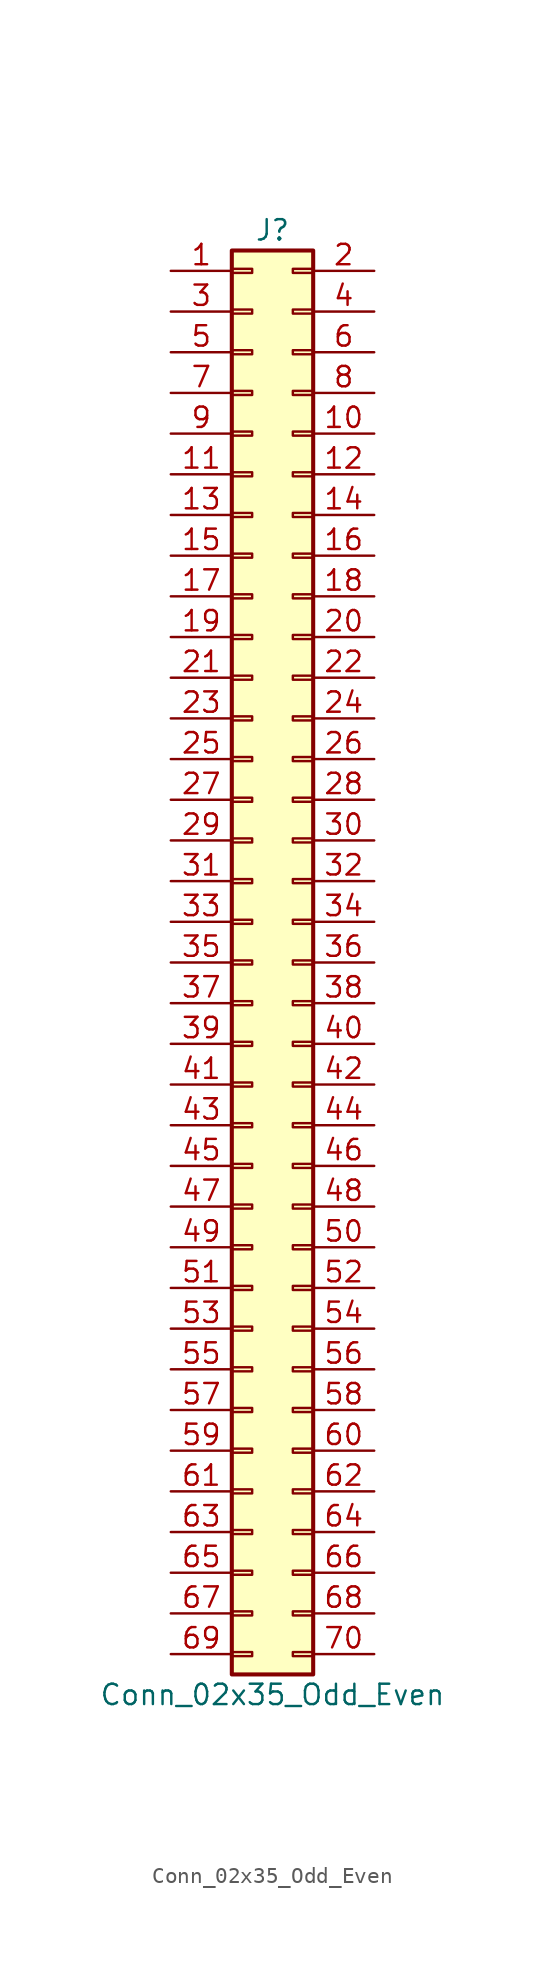
<source format=kicad_sym>
(kicad_symbol_lib
  (version 20220914)
  (generator kicad_symbol_editor)
  (symbol "Conn_02x35_Odd_Even"
    (pin_names
      (offset 1.016) hide)
    (property "Reference" "J"
      (at 1.27 45.72 0)
      (effects (font (size 1.27 1.27))))
    (property "Value" "Conn_02x35_Odd_Even"
      (at 1.27 -45.72 0)
      (effects (font (size 1.27 1.27))))
    (symbol "Conn_02x35_Odd_Even_1_1"
      (rectangle (start -1.27 -43.053) (end 0 -43.307) (stroke (width 0.152) (type solid)) (fill (type none)))
      (rectangle (start -1.27 -40.513) (end 0 -40.767) (stroke (width 0.152) (type solid)) (fill (type none)))
      (rectangle (start -1.27 -37.973) (end 0 -38.227) (stroke (width 0.152) (type solid)) (fill (type none)))
      (rectangle (start -1.27 -35.433) (end 0 -35.687) (stroke (width 0.152) (type solid)) (fill (type none)))
      (rectangle (start -1.27 -32.893) (end 0 -33.147) (stroke (width 0.152) (type solid)) (fill (type none)))
      (rectangle (start -1.27 -30.353) (end 0 -30.607) (stroke (width 0.152) (type solid)) (fill (type none)))
      (rectangle (start -1.27 -27.813) (end 0 -28.067) (stroke (width 0.152) (type solid)) (fill (type none)))
      (rectangle (start -1.27 -25.273) (end 0 -25.527) (stroke (width 0.152) (type solid)) (fill (type none)))
      (rectangle (start -1.27 -22.733) (end 0 -22.987) (stroke (width 0.152) (type solid)) (fill (type none)))
      (rectangle (start -1.27 -20.193) (end 0 -20.447) (stroke (width 0.152) (type solid)) (fill (type none)))
      (rectangle (start -1.27 -17.653) (end 0 -17.907) (stroke (width 0.152) (type solid)) (fill (type none)))
      (rectangle (start -1.27 -15.113) (end 0 -15.367) (stroke (width 0.152) (type solid)) (fill (type none)))
      (rectangle (start -1.27 -12.573) (end 0 -12.827) (stroke (width 0.152) (type solid)) (fill (type none)))
      (rectangle (start -1.27 -10.033) (end 0 -10.287) (stroke (width 0.152) (type solid)) (fill (type none)))
      (rectangle (start -1.27 -7.493) (end 0 -7.747) (stroke (width 0.152) (type solid)) (fill (type none)))
      (rectangle (start -1.27 -4.953) (end 0 -5.207) (stroke (width 0.152) (type solid)) (fill (type none)))
      (rectangle (start -1.27 -2.413) (end 0 -2.667) (stroke (width 0.152) (type solid)) (fill (type none)))
      (rectangle (start -1.27 0.127) (end 0 -0.127) (stroke (width 0.152) (type solid)) (fill (type none)))
      (rectangle (start -1.27 2.667) (end 0 2.413) (stroke (width 0.152) (type solid)) (fill (type none)))
      (rectangle (start -1.27 5.207) (end 0 4.953) (stroke (width 0.152) (type solid)) (fill (type none)))
      (rectangle (start -1.27 7.747) (end 0 7.493) (stroke (width 0.152) (type solid)) (fill (type none)))
      (rectangle (start -1.27 10.287) (end 0 10.033) (stroke (width 0.152) (type solid)) (fill (type none)))
      (rectangle (start -1.27 12.827) (end 0 12.573) (stroke (width 0.152) (type solid)) (fill (type none)))
      (rectangle (start -1.27 15.367) (end 0 15.113) (stroke (width 0.152) (type solid)) (fill (type none)))
      (rectangle (start -1.27 17.907) (end 0 17.653) (stroke (width 0.152) (type solid)) (fill (type none)))
      (rectangle (start -1.27 20.447) (end 0 20.193) (stroke (width 0.152) (type solid)) (fill (type none)))
      (rectangle (start -1.27 22.987) (end 0 22.733) (stroke (width 0.152) (type solid)) (fill (type none)))
      (rectangle (start -1.27 25.527) (end 0 25.273) (stroke (width 0.152) (type solid)) (fill (type none)))
      (rectangle (start -1.27 28.067) (end 0 27.813) (stroke (width 0.152) (type solid)) (fill (type none)))
      (rectangle (start -1.27 30.607) (end 0 30.353) (stroke (width 0.152) (type solid)) (fill (type none)))
      (rectangle (start -1.27 33.147) (end 0 32.893) (stroke (width 0.152) (type solid)) (fill (type none)))
      (rectangle (start -1.27 35.687) (end 0 35.433) (stroke (width 0.152) (type solid)) (fill (type none)))
      (rectangle (start -1.27 38.227) (end 0 37.973) (stroke (width 0.152) (type solid)) (fill (type none)))
      (rectangle (start -1.27 40.767) (end 0 40.513) (stroke (width 0.152) (type solid)) (fill (type none)))
      (rectangle (start -1.27 43.307) (end 0 43.053) (stroke (width 0.152) (type solid)) (fill (type none)))
      (rectangle (start -1.27 44.45) (end 3.81 -44.45) (stroke (width 0.254) (type solid)) (fill (type background)))
      (rectangle (start 3.81 -43.053) (end 2.54 -43.307) (stroke (width 0.152) (type solid)) (fill (type none)))
      (rectangle (start 3.81 -40.513) (end 2.54 -40.767) (stroke (width 0.152) (type solid)) (fill (type none)))
      (rectangle (start 3.81 -37.973) (end 2.54 -38.227) (stroke (width 0.152) (type solid)) (fill (type none)))
      (rectangle (start 3.81 -35.433) (end 2.54 -35.687) (stroke (width 0.152) (type solid)) (fill (type none)))
      (rectangle (start 3.81 -32.893) (end 2.54 -33.147) (stroke (width 0.152) (type solid)) (fill (type none)))
      (rectangle (start 3.81 -30.353) (end 2.54 -30.607) (stroke (width 0.152) (type solid)) (fill (type none)))
      (rectangle (start 3.81 -27.813) (end 2.54 -28.067) (stroke (width 0.152) (type solid)) (fill (type none)))
      (rectangle (start 3.81 -25.273) (end 2.54 -25.527) (stroke (width 0.152) (type solid)) (fill (type none)))
      (rectangle (start 3.81 -22.733) (end 2.54 -22.987) (stroke (width 0.152) (type solid)) (fill (type none)))
      (rectangle (start 3.81 -20.193) (end 2.54 -20.447) (stroke (width 0.152) (type solid)) (fill (type none)))
      (rectangle (start 3.81 -17.653) (end 2.54 -17.907) (stroke (width 0.152) (type solid)) (fill (type none)))
      (rectangle (start 3.81 -15.113) (end 2.54 -15.367) (stroke (width 0.152) (type solid)) (fill (type none)))
      (rectangle (start 3.81 -12.573) (end 2.54 -12.827) (stroke (width 0.152) (type solid)) (fill (type none)))
      (rectangle (start 3.81 -10.033) (end 2.54 -10.287) (stroke (width 0.152) (type solid)) (fill (type none)))
      (rectangle (start 3.81 -7.493) (end 2.54 -7.747) (stroke (width 0.152) (type solid)) (fill (type none)))
      (rectangle (start 3.81 -4.953) (end 2.54 -5.207) (stroke (width 0.152) (type solid)) (fill (type none)))
      (rectangle (start 3.81 -2.413) (end 2.54 -2.667) (stroke (width 0.152) (type solid)) (fill (type none)))
      (rectangle (start 3.81 0.127) (end 2.54 -0.127) (stroke (width 0.152) (type solid)) (fill (type none)))
      (rectangle (start 3.81 2.667) (end 2.54 2.413) (stroke (width 0.152) (type solid)) (fill (type none)))
      (rectangle (start 3.81 5.207) (end 2.54 4.953) (stroke (width 0.152) (type solid)) (fill (type none)))
      (rectangle (start 3.81 7.747) (end 2.54 7.493) (stroke (width 0.152) (type solid)) (fill (type none)))
      (rectangle (start 3.81 10.287) (end 2.54 10.033) (stroke (width 0.152) (type solid)) (fill (type none)))
      (rectangle (start 3.81 12.827) (end 2.54 12.573) (stroke (width 0.152) (type solid)) (fill (type none)))
      (rectangle (start 3.81 15.367) (end 2.54 15.113) (stroke (width 0.152) (type solid)) (fill (type none)))
      (rectangle (start 3.81 17.907) (end 2.54 17.653) (stroke (width 0.152) (type solid)) (fill (type none)))
      (rectangle (start 3.81 20.447) (end 2.54 20.193) (stroke (width 0.152) (type solid)) (fill (type none)))
      (rectangle (start 3.81 22.987) (end 2.54 22.733) (stroke (width 0.152) (type solid)) (fill (type none)))
      (rectangle (start 3.81 25.527) (end 2.54 25.273) (stroke (width 0.152) (type solid)) (fill (type none)))
      (rectangle (start 3.81 28.067) (end 2.54 27.813) (stroke (width 0.152) (type solid)) (fill (type none)))
      (rectangle (start 3.81 30.607) (end 2.54 30.353) (stroke (width 0.152) (type solid)) (fill (type none)))
      (rectangle (start 3.81 33.147) (end 2.54 32.893) (stroke (width 0.152) (type solid)) (fill (type none)))
      (rectangle (start 3.81 35.687) (end 2.54 35.433) (stroke (width 0.152) (type solid)) (fill (type none)))
      (rectangle (start 3.81 38.227) (end 2.54 37.973) (stroke (width 0.152) (type solid)) (fill (type none)))
      (rectangle (start 3.81 40.767) (end 2.54 40.513) (stroke (width 0.152) (type solid)) (fill (type none)))
      (rectangle (start 3.81 43.307) (end 2.54 43.053) (stroke (width 0.152) (type solid)) (fill (type none)))
      (pin passive line (at -5.08 43.18 0) (length 3.81) (name "Pin_1" (effects (font (size 1.27 1.27)))) (number "1" (effects (font (size 1.27 1.27)))))
      (pin passive line (at 7.62 33.02 180) (length 3.81) (name "Pin_10" (effects (font (size 1.27 1.27)))) (number "10" (effects (font (size 1.27 1.27)))))
      (pin passive line (at -5.08 30.48 0) (length 3.81) (name "Pin_11" (effects (font (size 1.27 1.27)))) (number "11" (effects (font (size 1.27 1.27)))))
      (pin passive line (at 7.62 30.48 180) (length 3.81) (name "Pin_12" (effects (font (size 1.27 1.27)))) (number "12" (effects (font (size 1.27 1.27)))))
      (pin passive line (at -5.08 27.94 0) (length 3.81) (name "Pin_13" (effects (font (size 1.27 1.27)))) (number "13" (effects (font (size 1.27 1.27)))))
      (pin passive line (at 7.62 27.94 180) (length 3.81) (name "Pin_14" (effects (font (size 1.27 1.27)))) (number "14" (effects (font (size 1.27 1.27)))))
      (pin passive line (at -5.08 25.4 0) (length 3.81) (name "Pin_15" (effects (font (size 1.27 1.27)))) (number "15" (effects (font (size 1.27 1.27)))))
      (pin passive line (at 7.62 25.4 180) (length 3.81) (name "Pin_16" (effects (font (size 1.27 1.27)))) (number "16" (effects (font (size 1.27 1.27)))))
      (pin passive line (at -5.08 22.86 0) (length 3.81) (name "Pin_17" (effects (font (size 1.27 1.27)))) (number "17" (effects (font (size 1.27 1.27)))))
      (pin passive line (at 7.62 22.86 180) (length 3.81) (name "Pin_18" (effects (font (size 1.27 1.27)))) (number "18" (effects (font (size 1.27 1.27)))))
      (pin passive line (at -5.08 20.32 0) (length 3.81) (name "Pin_19" (effects (font (size 1.27 1.27)))) (number "19" (effects (font (size 1.27 1.27)))))
      (pin passive line (at 7.62 43.18 180) (length 3.81) (name "Pin_2" (effects (font (size 1.27 1.27)))) (number "2" (effects (font (size 1.27 1.27)))))
      (pin passive line (at 7.62 20.32 180) (length 3.81) (name "Pin_20" (effects (font (size 1.27 1.27)))) (number "20" (effects (font (size 1.27 1.27)))))
      (pin passive line (at -5.08 17.78 0) (length 3.81) (name "Pin_21" (effects (font (size 1.27 1.27)))) (number "21" (effects (font (size 1.27 1.27)))))
      (pin passive line (at 7.62 17.78 180) (length 3.81) (name "Pin_22" (effects (font (size 1.27 1.27)))) (number "22" (effects (font (size 1.27 1.27)))))
      (pin passive line (at -5.08 15.24 0) (length 3.81) (name "Pin_23" (effects (font (size 1.27 1.27)))) (number "23" (effects (font (size 1.27 1.27)))))
      (pin passive line (at 7.62 15.24 180) (length 3.81) (name "Pin_24" (effects (font (size 1.27 1.27)))) (number "24" (effects (font (size 1.27 1.27)))))
      (pin passive line (at -5.08 12.7 0) (length 3.81) (name "Pin_25" (effects (font (size 1.27 1.27)))) (number "25" (effects (font (size 1.27 1.27)))))
      (pin passive line (at 7.62 12.7 180) (length 3.81) (name "Pin_26" (effects (font (size 1.27 1.27)))) (number "26" (effects (font (size 1.27 1.27)))))
      (pin passive line (at -5.08 10.16 0) (length 3.81) (name "Pin_27" (effects (font (size 1.27 1.27)))) (number "27" (effects (font (size 1.27 1.27)))))
      (pin passive line (at 7.62 10.16 180) (length 3.81) (name "Pin_28" (effects (font (size 1.27 1.27)))) (number "28" (effects (font (size 1.27 1.27)))))
      (pin passive line (at -5.08 7.62 0) (length 3.81) (name "Pin_29" (effects (font (size 1.27 1.27)))) (number "29" (effects (font (size 1.27 1.27)))))
      (pin passive line (at -5.08 40.64 0) (length 3.81) (name "Pin_3" (effects (font (size 1.27 1.27)))) (number "3" (effects (font (size 1.27 1.27)))))
      (pin passive line (at 7.62 7.62 180) (length 3.81) (name "Pin_30" (effects (font (size 1.27 1.27)))) (number "30" (effects (font (size 1.27 1.27)))))
      (pin passive line (at -5.08 5.08 0) (length 3.81) (name "Pin_31" (effects (font (size 1.27 1.27)))) (number "31" (effects (font (size 1.27 1.27)))))
      (pin passive line (at 7.62 5.08 180) (length 3.81) (name "Pin_32" (effects (font (size 1.27 1.27)))) (number "32" (effects (font (size 1.27 1.27)))))
      (pin passive line (at -5.08 2.54 0) (length 3.81) (name "Pin_33" (effects (font (size 1.27 1.27)))) (number "33" (effects (font (size 1.27 1.27)))))
      (pin passive line (at 7.62 2.54 180) (length 3.81) (name "Pin_34" (effects (font (size 1.27 1.27)))) (number "34" (effects (font (size 1.27 1.27)))))
      (pin passive line (at -5.08 0 0) (length 3.81) (name "Pin_35" (effects (font (size 1.27 1.27)))) (number "35" (effects (font (size 1.27 1.27)))))
      (pin passive line (at 7.62 0 180) (length 3.81) (name "Pin_36" (effects (font (size 1.27 1.27)))) (number "36" (effects (font (size 1.27 1.27)))))
      (pin passive line (at -5.08 -2.54 0) (length 3.81) (name "Pin_37" (effects (font (size 1.27 1.27)))) (number "37" (effects (font (size 1.27 1.27)))))
      (pin passive line (at 7.62 -2.54 180) (length 3.81) (name "Pin_38" (effects (font (size 1.27 1.27)))) (number "38" (effects (font (size 1.27 1.27)))))
      (pin passive line (at -5.08 -5.08 0) (length 3.81) (name "Pin_39" (effects (font (size 1.27 1.27)))) (number "39" (effects (font (size 1.27 1.27)))))
      (pin passive line (at 7.62 40.64 180) (length 3.81) (name "Pin_4" (effects (font (size 1.27 1.27)))) (number "4" (effects (font (size 1.27 1.27)))))
      (pin passive line (at 7.62 -5.08 180) (length 3.81) (name "Pin_40" (effects (font (size 1.27 1.27)))) (number "40" (effects (font (size 1.27 1.27)))))
      (pin passive line (at -5.08 -7.62 0) (length 3.81) (name "Pin_41" (effects (font (size 1.27 1.27)))) (number "41" (effects (font (size 1.27 1.27)))))
      (pin passive line (at 7.62 -7.62 180) (length 3.81) (name "Pin_42" (effects (font (size 1.27 1.27)))) (number "42" (effects (font (size 1.27 1.27)))))
      (pin passive line (at -5.08 -10.16 0) (length 3.81) (name "Pin_43" (effects (font (size 1.27 1.27)))) (number "43" (effects (font (size 1.27 1.27)))))
      (pin passive line (at 7.62 -10.16 180) (length 3.81) (name "Pin_44" (effects (font (size 1.27 1.27)))) (number "44" (effects (font (size 1.27 1.27)))))
      (pin passive line (at -5.08 -12.7 0) (length 3.81) (name "Pin_45" (effects (font (size 1.27 1.27)))) (number "45" (effects (font (size 1.27 1.27)))))
      (pin passive line (at 7.62 -12.7 180) (length 3.81) (name "Pin_46" (effects (font (size 1.27 1.27)))) (number "46" (effects (font (size 1.27 1.27)))))
      (pin passive line (at -5.08 -15.24 0) (length 3.81) (name "Pin_47" (effects (font (size 1.27 1.27)))) (number "47" (effects (font (size 1.27 1.27)))))
      (pin passive line (at 7.62 -15.24 180) (length 3.81) (name "Pin_48" (effects (font (size 1.27 1.27)))) (number "48" (effects (font (size 1.27 1.27)))))
      (pin passive line (at -5.08 -17.78 0) (length 3.81) (name "Pin_49" (effects (font (size 1.27 1.27)))) (number "49" (effects (font (size 1.27 1.27)))))
      (pin passive line (at -5.08 38.1 0) (length 3.81) (name "Pin_5" (effects (font (size 1.27 1.27)))) (number "5" (effects (font (size 1.27 1.27)))))
      (pin passive line (at 7.62 -17.78 180) (length 3.81) (name "Pin_50" (effects (font (size 1.27 1.27)))) (number "50" (effects (font (size 1.27 1.27)))))
      (pin passive line (at -5.08 -20.32 0) (length 3.81) (name "Pin_51" (effects (font (size 1.27 1.27)))) (number "51" (effects (font (size 1.27 1.27)))))
      (pin passive line (at 7.62 -20.32 180) (length 3.81) (name "Pin_52" (effects (font (size 1.27 1.27)))) (number "52" (effects (font (size 1.27 1.27)))))
      (pin passive line (at -5.08 -22.86 0) (length 3.81) (name "Pin_53" (effects (font (size 1.27 1.27)))) (number "53" (effects (font (size 1.27 1.27)))))
      (pin passive line (at 7.62 -22.86 180) (length 3.81) (name "Pin_54" (effects (font (size 1.27 1.27)))) (number "54" (effects (font (size 1.27 1.27)))))
      (pin passive line (at -5.08 -25.4 0) (length 3.81) (name "Pin_55" (effects (font (size 1.27 1.27)))) (number "55" (effects (font (size 1.27 1.27)))))
      (pin passive line (at 7.62 -25.4 180) (length 3.81) (name "Pin_56" (effects (font (size 1.27 1.27)))) (number "56" (effects (font (size 1.27 1.27)))))
      (pin passive line (at -5.08 -27.94 0) (length 3.81) (name "Pin_57" (effects (font (size 1.27 1.27)))) (number "57" (effects (font (size 1.27 1.27)))))
      (pin passive line (at 7.62 -27.94 180) (length 3.81) (name "Pin_58" (effects (font (size 1.27 1.27)))) (number "58" (effects (font (size 1.27 1.27)))))
      (pin passive line (at -5.08 -30.48 0) (length 3.81) (name "Pin_59" (effects (font (size 1.27 1.27)))) (number "59" (effects (font (size 1.27 1.27)))))
      (pin passive line (at 7.62 38.1 180) (length 3.81) (name "Pin_6" (effects (font (size 1.27 1.27)))) (number "6" (effects (font (size 1.27 1.27)))))
      (pin passive line (at 7.62 -30.48 180) (length 3.81) (name "Pin_60" (effects (font (size 1.27 1.27)))) (number "60" (effects (font (size 1.27 1.27)))))
      (pin passive line (at -5.08 -33.02 0) (length 3.81) (name "Pin_61" (effects (font (size 1.27 1.27)))) (number "61" (effects (font (size 1.27 1.27)))))
      (pin passive line (at 7.62 -33.02 180) (length 3.81) (name "Pin_62" (effects (font (size 1.27 1.27)))) (number "62" (effects (font (size 1.27 1.27)))))
      (pin passive line (at -5.08 -35.56 0) (length 3.81) (name "Pin_63" (effects (font (size 1.27 1.27)))) (number "63" (effects (font (size 1.27 1.27)))))
      (pin passive line (at 7.62 -35.56 180) (length 3.81) (name "Pin_64" (effects (font (size 1.27 1.27)))) (number "64" (effects (font (size 1.27 1.27)))))
      (pin passive line (at -5.08 -38.1 0) (length 3.81) (name "Pin_65" (effects (font (size 1.27 1.27)))) (number "65" (effects (font (size 1.27 1.27)))))
      (pin passive line (at 7.62 -38.1 180) (length 3.81) (name "Pin_66" (effects (font (size 1.27 1.27)))) (number "66" (effects (font (size 1.27 1.27)))))
      (pin passive line (at -5.08 -40.64 0) (length 3.81) (name "Pin_67" (effects (font (size 1.27 1.27)))) (number "67" (effects (font (size 1.27 1.27)))))
      (pin passive line (at 7.62 -40.64 180) (length 3.81) (name "Pin_68" (effects (font (size 1.27 1.27)))) (number "68" (effects (font (size 1.27 1.27)))))
      (pin passive line (at -5.08 -43.18 0) (length 3.81) (name "Pin_69" (effects (font (size 1.27 1.27)))) (number "69" (effects (font (size 1.27 1.27)))))
      (pin passive line (at -5.08 35.56 0) (length 3.81) (name "Pin_7" (effects (font (size 1.27 1.27)))) (number "7" (effects (font (size 1.27 1.27)))))
      (pin passive line (at 7.62 -43.18 180) (length 3.81) (name "Pin_70" (effects (font (size 1.27 1.27)))) (number "70" (effects (font (size 1.27 1.27)))))
      (pin passive line (at 7.62 35.56 180) (length 3.81) (name "Pin_8" (effects (font (size 1.27 1.27)))) (number "8" (effects (font (size 1.27 1.27)))))
      (pin passive line (at -5.08 33.02 0) (length 3.81) (name "Pin_9" (effects (font (size 1.27 1.27)))) (number "9" (effects (font (size 1.27 1.27))))))))
</source>
